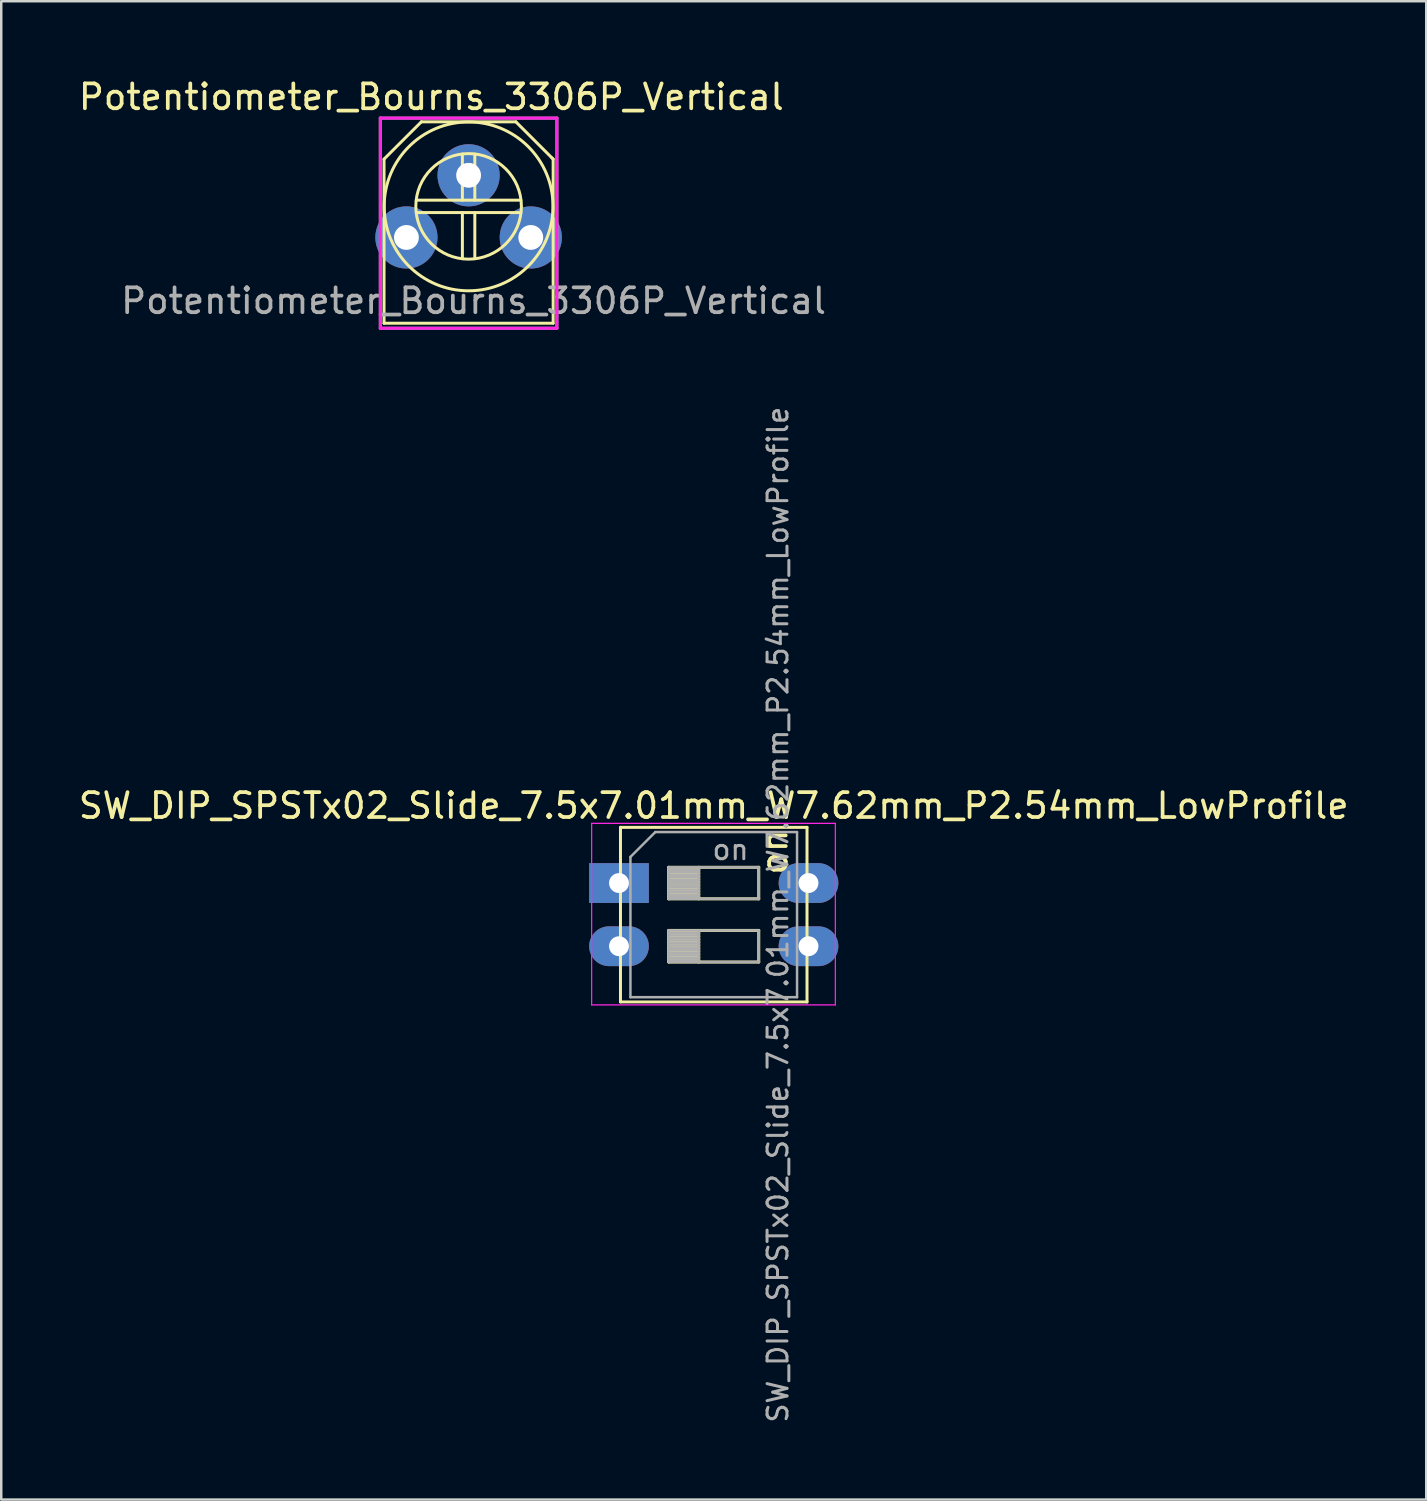
<source format=kicad_pcb>
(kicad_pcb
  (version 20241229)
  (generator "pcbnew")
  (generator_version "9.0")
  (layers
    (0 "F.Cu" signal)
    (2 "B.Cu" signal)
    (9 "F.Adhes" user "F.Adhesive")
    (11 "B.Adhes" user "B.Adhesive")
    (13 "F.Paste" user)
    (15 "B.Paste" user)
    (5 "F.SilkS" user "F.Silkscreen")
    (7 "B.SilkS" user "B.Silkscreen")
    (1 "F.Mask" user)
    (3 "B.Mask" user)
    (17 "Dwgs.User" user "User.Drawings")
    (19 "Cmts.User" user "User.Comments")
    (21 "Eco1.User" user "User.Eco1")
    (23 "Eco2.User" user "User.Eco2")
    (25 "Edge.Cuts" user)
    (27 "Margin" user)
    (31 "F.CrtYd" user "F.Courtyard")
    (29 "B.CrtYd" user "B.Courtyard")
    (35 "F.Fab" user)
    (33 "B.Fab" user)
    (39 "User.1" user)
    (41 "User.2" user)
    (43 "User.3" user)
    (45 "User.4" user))
  (footprint "SW_DIP_SPSTx02_Slide_7.5x7.01mm_W7.62mm_P2.54mm_LowProfile"
    (layer "F.Cu")
    (at 21.839 32.457)
    (property "Reference" "SW_DIP_SPSTx02_Slide_7.5x7.01mm_W7.62mm_P2.54mm_LowProfile" (at 3.81 -3.11 0) (layer "F.SilkS") (effects (font (size 1 1) (thickness 0.15))))
    (attr through_hole)
    (fp_line (start 0.06 -2.24) (end 0.06 4.78) (stroke (width 0.12) (type solid)) (layer "F.SilkS"))
    (fp_line (start 0.06 4.78) (end 7.56 4.78) (stroke (width 0.12) (type solid)) (layer "F.SilkS"))
    (fp_line (start 2 -0.635) (end 2 0.635) (stroke (width 0.12) (type solid)) (layer "F.SilkS"))
    (fp_line (start 2 -0.515) (end 3.207 -0.515) (stroke (width 0.12) (type solid)) (layer "F.SilkS"))
    (fp_line (start 2 -0.395) (end 3.207 -0.395) (stroke (width 0.12) (type solid)) (layer "F.SilkS"))
    (fp_line (start 2 -0.275) (end 3.207 -0.275) (stroke (width 0.12) (type solid)) (layer "F.SilkS"))
    (fp_line (start 2 -0.155) (end 3.207 -0.155) (stroke (width 0.12) (type solid)) (layer "F.SilkS"))
    (fp_line (start 2 -0.035) (end 3.207 -0.035) (stroke (width 0.12) (type solid)) (layer "F.SilkS"))
    (fp_line (start 2 0.085) (end 3.207 0.085) (stroke (width 0.12) (type solid)) (layer "F.SilkS"))
    (fp_line (start 2 0.205) (end 3.207 0.205) (stroke (width 0.12) (type solid)) (layer "F.SilkS"))
    (fp_line (start 2 0.325) (end 3.207 0.325) (stroke (width 0.12) (type solid)) (layer "F.SilkS"))
    (fp_line (start 2 0.445) (end 3.207 0.445) (stroke (width 0.12) (type solid)) (layer "F.SilkS"))
    (fp_line (start 2 0.565) (end 3.207 0.565) (stroke (width 0.12) (type solid)) (layer "F.SilkS"))
    (fp_line (start 2 0.635) (end 5.62 0.635) (stroke (width 0.12) (type solid)) (layer "F.SilkS"))
    (fp_line (start 2 1.905) (end 2 3.175) (stroke (width 0.12) (type solid)) (layer "F.SilkS"))
    (fp_line (start 2 2.025) (end 3.207 2.025) (stroke (width 0.12) (type solid)) (layer "F.SilkS"))
    (fp_line (start 2 2.145) (end 3.207 2.145) (stroke (width 0.12) (type solid)) (layer "F.SilkS"))
    (fp_line (start 2 2.265) (end 3.207 2.265) (stroke (width 0.12) (type solid)) (layer "F.SilkS"))
    (fp_line (start 2 2.385) (end 3.207 2.385) (stroke (width 0.12) (type solid)) (layer "F.SilkS"))
    (fp_line (start 2 2.505) (end 3.207 2.505) (stroke (width 0.12) (type solid)) (layer "F.SilkS"))
    (fp_line (start 2 2.625) (end 3.207 2.625) (stroke (width 0.12) (type solid)) (layer "F.SilkS"))
    (fp_line (start 2 2.745) (end 3.207 2.745) (stroke (width 0.12) (type solid)) (layer "F.SilkS"))
    (fp_line (start 2 2.865) (end 3.207 2.865) (stroke (width 0.12) (type solid)) (layer "F.SilkS"))
    (fp_line (start 2 2.985) (end 3.207 2.985) (stroke (width 0.12) (type solid)) (layer "F.SilkS"))
    (fp_line (start 2 3.105) (end 3.207 3.105) (stroke (width 0.12) (type solid)) (layer "F.SilkS"))
    (fp_line (start 2 3.175) (end 5.62 3.175) (stroke (width 0.12) (type solid)) (layer "F.SilkS"))
    (fp_line (start 3.207 -0.635) (end 3.207 0.635) (stroke (width 0.12) (type solid)) (layer "F.SilkS"))
    (fp_line (start 3.207 1.905) (end 3.207 3.175) (stroke (width 0.12) (type solid)) (layer "F.SilkS"))
    (fp_line (start 5.62 -0.635) (end 2 -0.635) (stroke (width 0.12) (type solid)) (layer "F.SilkS"))
    (fp_line (start 5.62 0.635) (end 5.62 -0.635) (stroke (width 0.12) (type solid)) (layer "F.SilkS"))
    (fp_line (start 5.62 1.905) (end 2 1.905) (stroke (width 0.12) (type solid)) (layer "F.SilkS"))
    (fp_line (start 5.62 3.175) (end 5.62 1.905) (stroke (width 0.12) (type solid)) (layer "F.SilkS"))
    (fp_line (start 7.56 -2.24) (end 0.06 -2.24) (stroke (width 0.12) (type solid)) (layer "F.SilkS"))
    (fp_line (start 7.56 4.78) (end 7.56 -2.24) (stroke (width 0.12) (type solid)) (layer "F.SilkS"))
    (fp_line (start -1.1 -2.4) (end -1.1 4.9) (stroke (width 0.05) (type solid)) (layer "F.CrtYd"))
    (fp_line (start -1.1 4.9) (end 8.7 4.9) (stroke (width 0.05) (type solid)) (layer "F.CrtYd"))
    (fp_line (start 8.7 -2.4) (end -1.1 -2.4) (stroke (width 0.05) (type solid)) (layer "F.CrtYd"))
    (fp_line (start 8.7 4.9) (end 8.7 -2.4) (stroke (width 0.05) (type solid)) (layer "F.CrtYd"))
    (fp_line (start 0.46 -1.05) (end 1.46 -2.05) (stroke (width 0.1) (type solid)) (layer "F.Fab"))
    (fp_line (start 0.46 4.59) (end 0.46 -1.05) (stroke (width 0.1) (type solid)) (layer "F.Fab"))
    (fp_line (start 1.46 -2.05) (end 7.16 -2.05) (stroke (width 0.1) (type solid)) (layer "F.Fab"))
    (fp_line (start 2 -0.635) (end 2 0.635) (stroke (width 0.1) (type solid)) (layer "F.Fab"))
    (fp_line (start 2 -0.535) (end 3.207 -0.535) (stroke (width 0.1) (type solid)) (layer "F.Fab"))
    (fp_line (start 2 -0.435) (end 3.207 -0.435) (stroke (width 0.1) (type solid)) (layer "F.Fab"))
    (fp_line (start 2 -0.335) (end 3.207 -0.335) (stroke (width 0.1) (type solid)) (layer "F.Fab"))
    (fp_line (start 2 -0.235) (end 3.207 -0.235) (stroke (width 0.1) (type solid)) (layer "F.Fab"))
    (fp_line (start 2 -0.135) (end 3.207 -0.135) (stroke (width 0.1) (type solid)) (layer "F.Fab"))
    (fp_line (start 2 -0.035) (end 3.207 -0.035) (stroke (width 0.1) (type solid)) (layer "F.Fab"))
    (fp_line (start 2 0.065) (end 3.207 0.065) (stroke (width 0.1) (type solid)) (layer "F.Fab"))
    (fp_line (start 2 0.165) (end 3.207 0.165) (stroke (width 0.1) (type solid)) (layer "F.Fab"))
    (fp_line (start 2 0.265) (end 3.207 0.265) (stroke (width 0.1) (type solid)) (layer "F.Fab"))
    (fp_line (start 2 0.365) (end 3.207 0.365) (stroke (width 0.1) (type solid)) (layer "F.Fab"))
    (fp_line (start 2 0.465) (end 3.207 0.465) (stroke (width 0.1) (type solid)) (layer "F.Fab"))
    (fp_line (start 2 0.565) (end 3.207 0.565) (stroke (width 0.1) (type solid)) (layer "F.Fab"))
    (fp_line (start 2 0.635) (end 5.62 0.635) (stroke (width 0.1) (type solid)) (layer "F.Fab"))
    (fp_line (start 2 1.905) (end 2 3.175) (stroke (width 0.1) (type solid)) (layer "F.Fab"))
    (fp_line (start 2 2.005) (end 3.207 2.005) (stroke (width 0.1) (type solid)) (layer "F.Fab"))
    (fp_line (start 2 2.105) (end 3.207 2.105) (stroke (width 0.1) (type solid)) (layer "F.Fab"))
    (fp_line (start 2 2.205) (end 3.207 2.205) (stroke (width 0.1) (type solid)) (layer "F.Fab"))
    (fp_line (start 2 2.305) (end 3.207 2.305) (stroke (width 0.1) (type solid)) (layer "F.Fab"))
    (fp_line (start 2 2.405) (end 3.207 2.405) (stroke (width 0.1) (type solid)) (layer "F.Fab"))
    (fp_line (start 2 2.505) (end 3.207 2.505) (stroke (width 0.1) (type solid)) (layer "F.Fab"))
    (fp_line (start 2 2.605) (end 3.207 2.605) (stroke (width 0.1) (type solid)) (layer "F.Fab"))
    (fp_line (start 2 2.705) (end 3.207 2.705) (stroke (width 0.1) (type solid)) (layer "F.Fab"))
    (fp_line (start 2 2.805) (end 3.207 2.805) (stroke (width 0.1) (type solid)) (layer "F.Fab"))
    (fp_line (start 2 2.905) (end 3.207 2.905) (stroke (width 0.1) (type solid)) (layer "F.Fab"))
    (fp_line (start 2 3.005) (end 3.207 3.005) (stroke (width 0.1) (type solid)) (layer "F.Fab"))
    (fp_line (start 2 3.105) (end 3.207 3.105) (stroke (width 0.1) (type solid)) (layer "F.Fab"))
    (fp_line (start 2 3.175) (end 5.62 3.175) (stroke (width 0.1) (type solid)) (layer "F.Fab"))
    (fp_line (start 3.207 -0.635) (end 3.207 0.635) (stroke (width 0.1) (type solid)) (layer "F.Fab"))
    (fp_line (start 3.207 1.905) (end 3.207 3.175) (stroke (width 0.1) (type solid)) (layer "F.Fab"))
    (fp_line (start 5.62 -0.635) (end 2 -0.635) (stroke (width 0.1) (type solid)) (layer "F.Fab"))
    (fp_line (start 5.62 0.635) (end 5.62 -0.635) (stroke (width 0.1) (type solid)) (layer "F.Fab"))
    (fp_line (start 5.62 1.905) (end 2 1.905) (stroke (width 0.1) (type solid)) (layer "F.Fab"))
    (fp_line (start 5.62 3.175) (end 5.62 1.905) (stroke (width 0.1) (type solid)) (layer "F.Fab"))
    (fp_line (start 7.16 -2.05) (end 7.16 4.59) (stroke (width 0.1) (type solid)) (layer "F.Fab"))
    (fp_line (start 7.16 4.59) (end 0.46 4.59) (stroke (width 0.1) (type solid)) (layer "F.Fab"))
    (fp_text user "on" (at 6.25 -1.25 270) (layer "F.SilkS") (effects (font (size 1 1) (thickness 0.15))))
    (fp_text user "${REFERENCE}" (at 6.39 1.27 90) (layer "F.Fab") (effects (font (size 0.8 0.8) (thickness 0.12))))
    (fp_text user "on" (at 4.485 -1.343 0) (layer "F.Fab") (effects (font (size 0.8 0.8) (thickness 0.12))))
    (pad "1" thru_hole rect (at 0 0) (size 2.4 1.6) (drill 0.8) (layers "*.Cu" "*.Mask"))
    (pad "2" thru_hole oval (at 0 2.54) (size 2.4 1.6) (drill 0.8) (layers "*.Cu" "*.Mask"))
    (pad "3" thru_hole oval (at 7.62 2.54) (size 2.4 1.6) (drill 0.8) (layers "*.Cu" "*.Mask"))
    (pad "4" thru_hole oval (at 7.62 0) (size 2.4 1.6) (drill 0.8) (layers "*.Cu" "*.Mask")))
  (footprint "Potentiometer_Bourns_3306P_Vertical"
    (layer "F.Cu")
    (at 13.292 6.498)
    (property "Reference" "Potentiometer_Bourns_3306P_Vertical" (at 1 -5.65 0) (layer "F.SilkS") (effects (font (size 1 1) (thickness 0.15))))
    (attr through_hole)
    (fp_line (start -0.9 -3.15) (end 0.6 -4.65) (stroke (width 0.12) (type solid)) (layer "F.SilkS"))
    (fp_line (start -0.9 3.45) (end -0.9 -3.15) (stroke (width 0.12) (type solid)) (layer "F.SilkS"))
    (fp_line (start 0.4 -1.5) (end 4.6 -1.5) (stroke (width 0.12) (type solid)) (layer "F.SilkS"))
    (fp_line (start 0.4 -1) (end 4.6 -1) (stroke (width 0.12) (type solid)) (layer "F.SilkS"))
    (fp_line (start 0.6 -4.65) (end 4.4 -4.65) (stroke (width 0.12) (type solid)) (layer "F.SilkS"))
    (fp_line (start 2.25 -1.5) (end 2.25 -3.35) (stroke (width 0.12) (type solid)) (layer "F.SilkS"))
    (fp_line (start 2.25 -1) (end 2.25 0.85) (stroke (width 0.12) (type solid)) (layer "F.SilkS"))
    (fp_line (start 2.75 -1.5) (end 2.75 -3.35) (stroke (width 0.12) (type solid)) (layer "F.SilkS"))
    (fp_line (start 2.75 -1) (end 2.75 0.8) (stroke (width 0.12) (type solid)) (layer "F.SilkS"))
    (fp_line (start 4.4 -4.65) (end 5.85 -3.2) (stroke (width 0.12) (type solid)) (layer "F.SilkS"))
    (fp_line (start 5.85 -3.2) (end 5.9 -3.15) (stroke (width 0.12) (type solid)) (layer "F.SilkS"))
    (fp_line (start 5.9 -3.15) (end 5.9 3.45) (stroke (width 0.12) (type solid)) (layer "F.SilkS"))
    (fp_line (start 5.9 3.45) (end -0.9 3.45) (stroke (width 0.12) (type solid)) (layer "F.SilkS"))
    (fp_circle (center 2.5 -1.25) (end 3.95 0.3) (stroke (width 0.12) (type solid)) (fill no) (layer "F.SilkS"))
    (fp_circle (center 2.5 -1.25) (end 4.95 1.1) (stroke (width 0.12) (type solid)) (fill no) (layer "F.SilkS"))
    (fp_line (start -1.05 -4.8) (end -1.05 3.65) (stroke (width 0.12) (type solid)) (layer "F.CrtYd"))
    (fp_line (start -1.05 3.65) (end 6.05 3.65) (stroke (width 0.12) (type solid)) (layer "F.CrtYd"))
    (fp_line (start 6.05 -4.8) (end -1.05 -4.8) (stroke (width 0.12) (type solid)) (layer "F.CrtYd"))
    (fp_line (start 6.05 3.65) (end 6.05 -4.8) (stroke (width 0.12) (type solid)) (layer "F.CrtYd"))
    (fp_line (start -1.05 -4.8) (end -1.05 3.65) (stroke (width 0.12) (type solid)) (layer "F.Fab"))
    (fp_line (start -1.05 3.65) (end 6.05 3.65) (stroke (width 0.12) (type solid)) (layer "F.Fab"))
    (fp_line (start 6.05 -4.8) (end -1.05 -4.8) (stroke (width 0.12) (type solid)) (layer "F.Fab"))
    (fp_line (start 6.05 3.65) (end 6.05 -4.8) (stroke (width 0.12) (type solid)) (layer "F.Fab"))
    (fp_text user "${REFERENCE}" (at 2.7 2.55 0) (layer "F.Fab") (effects (font (size 1 1) (thickness 0.15))))
    (pad "1" thru_hole circle (at 0 0) (size 2.5 2.5) (drill 1) (layers "*.Cu" "*.Mask"))
    (pad "2" thru_hole circle (at 2.5 -2.5) (size 2.5 2.5) (drill 1) (layers "*.Cu" "*.Mask"))
    (pad "3" thru_hole circle (at 5 0) (size 2.5 2.5) (drill 1) (layers "*.Cu" "*.Mask")))
  (gr_rect
    (start -3 -3)
    (end 54.298 57.246)
    (stroke (width 0.1) (type default))
    (fill no)
    (layer "Edge.Cuts")))
</source>
